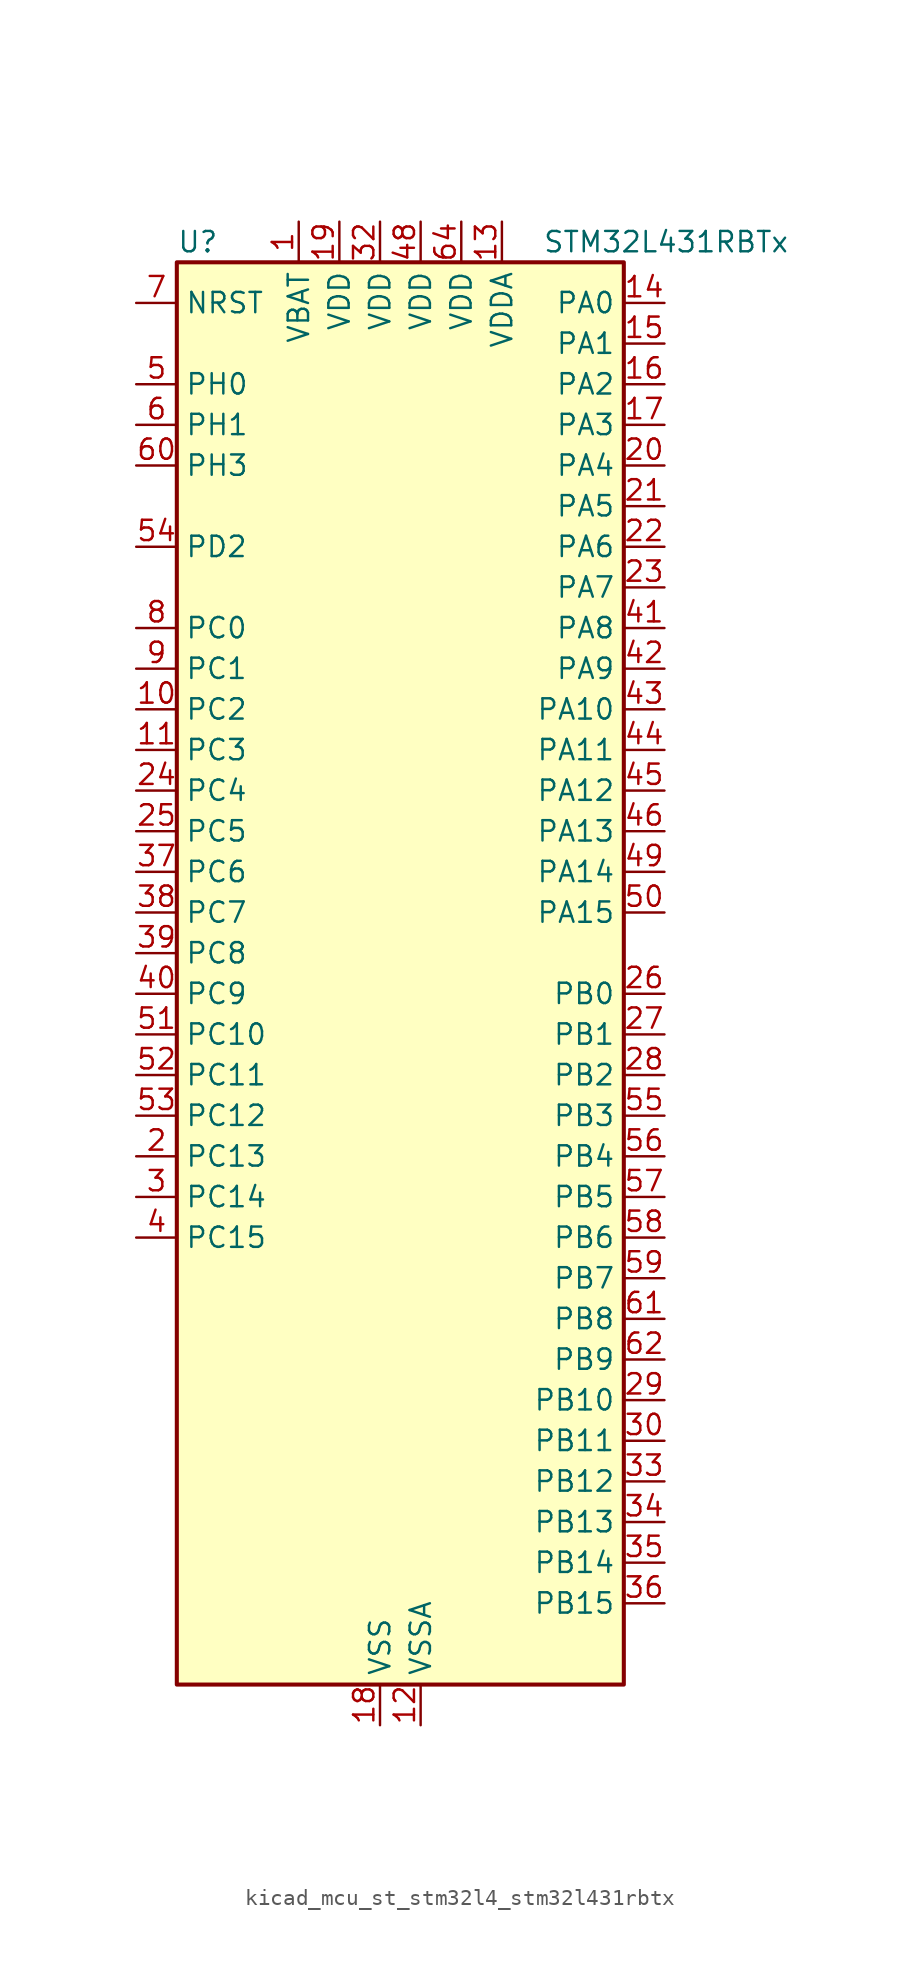
<source format=kicad_sym>
(kicad_symbol_lib
  (version 20220914)
  (generator kicad_symbol_editor)
  (symbol "kicad_mcu_st_stm32l4_stm32l431rbtx"
    (property "Reference" "U"
      (at -12.7 46.99 0)
      (effects (font (size 1.27 1.27)) (justify left)))
    (property "Value" "STM32L431RBTx"
      (at 10.16 46.99 0)
      (effects (font (size 1.27 1.27)) (justify left)))
    (property "ki_locked" ""
      (at 0 0 0)
      (effects (font (size 1.27 1.27))))
    (symbol "kicad_mcu_st_stm32l4_stm32l431rbtx_0_1"
      (rectangle (start -12.7 -43.18) (end 15.24 45.72) (stroke (width 0.254) (type default)) (fill (type background))))
    (symbol "kicad_mcu_st_stm32l4_stm32l431rbtx_1_1"
      (pin power_in line (at -5.08 48.26 270) (length 2.54) (name "VBAT" (effects (font (size 1.27 1.27)))) (number "1" (effects (font (size 1.27 1.27)))))
      (pin bidirectional line (at -15.24 17.78 0) (length 2.54) (name "PC2" (effects (font (size 1.27 1.27)))) (number "10" (effects (font (size 1.27 1.27)))) (alternate "ADC1_IN3" bidirectional line) (alternate "LPTIM1_IN2" bidirectional line) (alternate "SPI2_MISO" bidirectional line))
      (pin bidirectional line (at -15.24 15.24 0) (length 2.54) (name "PC3" (effects (font (size 1.27 1.27)))) (number "11" (effects (font (size 1.27 1.27)))) (alternate "ADC1_IN4" bidirectional line) (alternate "LPTIM1_ETR" bidirectional line) (alternate "LPTIM2_ETR" bidirectional line) (alternate "SAI1_SD_A" bidirectional line) (alternate "SPI2_MOSI" bidirectional line))
      (pin power_in line (at 2.54 -45.72 90) (length 2.54) (name "VSSA" (effects (font (size 1.27 1.27)))) (number "12" (effects (font (size 1.27 1.27)))))
      (pin power_in line (at 7.62 48.26 270) (length 2.54) (name "VDDA" (effects (font (size 1.27 1.27)))) (number "13" (effects (font (size 1.27 1.27)))))
      (pin bidirectional line (at 17.78 43.18 180) (length 2.54) (name "PA0" (effects (font (size 1.27 1.27)))) (number "14" (effects (font (size 1.27 1.27)))) (alternate "ADC1_IN5" bidirectional line) (alternate "COMP1_INM" bidirectional line) (alternate "COMP1_OUT" bidirectional line) (alternate "OPAMP1_VINP" bidirectional line) (alternate "RTC_TAMP2" bidirectional line) (alternate "SAI1_EXTCLK" bidirectional line) (alternate "SYS_WKUP1" bidirectional line) (alternate "TIM2_CH1" bidirectional line) (alternate "TIM2_ETR" bidirectional line) (alternate "USART2_CTS" bidirectional line))
      (pin bidirectional line (at 17.78 40.64 180) (length 2.54) (name "PA1" (effects (font (size 1.27 1.27)))) (number "15" (effects (font (size 1.27 1.27)))) (alternate "ADC1_IN6" bidirectional line) (alternate "COMP1_INP" bidirectional line) (alternate "I2C1_SMBA" bidirectional line) (alternate "OPAMP1_VINM" bidirectional line) (alternate "SPI1_SCK" bidirectional line) (alternate "TIM15_CH1N" bidirectional line) (alternate "TIM2_CH2" bidirectional line) (alternate "USART2_DE" bidirectional line) (alternate "USART2_RTS" bidirectional line))
      (pin bidirectional line (at 17.78 38.1 180) (length 2.54) (name "PA2" (effects (font (size 1.27 1.27)))) (number "16" (effects (font (size 1.27 1.27)))) (alternate "ADC1_IN7" bidirectional line) (alternate "COMP2_INM" bidirectional line) (alternate "COMP2_OUT" bidirectional line) (alternate "LPUART1_TX" bidirectional line) (alternate "QUADSPI_BK1_NCS" bidirectional line) (alternate "RCC_LSCO" bidirectional line) (alternate "SYS_WKUP4" bidirectional line) (alternate "TIM15_CH1" bidirectional line) (alternate "TIM2_CH3" bidirectional line) (alternate "USART2_TX" bidirectional line))
      (pin bidirectional line (at 17.78 35.56 180) (length 2.54) (name "PA3" (effects (font (size 1.27 1.27)))) (number "17" (effects (font (size 1.27 1.27)))) (alternate "ADC1_IN8" bidirectional line) (alternate "COMP2_INP" bidirectional line) (alternate "LPUART1_RX" bidirectional line) (alternate "OPAMP1_VOUT" bidirectional line) (alternate "QUADSPI_CLK" bidirectional line) (alternate "SAI1_MCLK_A" bidirectional line) (alternate "TIM15_CH2" bidirectional line) (alternate "TIM2_CH4" bidirectional line) (alternate "USART2_RX" bidirectional line))
      (pin power_in line (at 0 -45.72 90) (length 2.54) (name "VSS" (effects (font (size 1.27 1.27)))) (number "18" (effects (font (size 1.27 1.27)))))
      (pin power_in line (at -2.54 48.26 270) (length 2.54) (name "VDD" (effects (font (size 1.27 1.27)))) (number "19" (effects (font (size 1.27 1.27)))))
      (pin bidirectional line (at -15.24 -10.16 0) (length 2.54) (name "PC13" (effects (font (size 1.27 1.27)))) (number "2" (effects (font (size 1.27 1.27)))) (alternate "RTC_OUT_ALARM" bidirectional line) (alternate "RTC_OUT_CALIB" bidirectional line) (alternate "RTC_TAMP1" bidirectional line) (alternate "RTC_TS" bidirectional line) (alternate "SYS_WKUP2" bidirectional line))
      (pin bidirectional line (at 17.78 33.02 180) (length 2.54) (name "PA4" (effects (font (size 1.27 1.27)))) (number "20" (effects (font (size 1.27 1.27)))) (alternate "ADC1_IN9" bidirectional line) (alternate "COMP1_INM" bidirectional line) (alternate "COMP2_INM" bidirectional line) (alternate "DAC1_OUT1" bidirectional line) (alternate "LPTIM2_OUT" bidirectional line) (alternate "SAI1_FS_B" bidirectional line) (alternate "SPI1_NSS" bidirectional line) (alternate "SPI3_NSS" bidirectional line) (alternate "USART2_CK" bidirectional line))
      (pin bidirectional line (at 17.78 30.48 180) (length 2.54) (name "PA5" (effects (font (size 1.27 1.27)))) (number "21" (effects (font (size 1.27 1.27)))) (alternate "ADC1_IN10" bidirectional line) (alternate "COMP1_INM" bidirectional line) (alternate "COMP2_INM" bidirectional line) (alternate "DAC1_OUT2" bidirectional line) (alternate "LPTIM2_ETR" bidirectional line) (alternate "SPI1_SCK" bidirectional line) (alternate "TIM2_CH1" bidirectional line) (alternate "TIM2_ETR" bidirectional line))
      (pin bidirectional line (at 17.78 27.94 180) (length 2.54) (name "PA6" (effects (font (size 1.27 1.27)))) (number "22" (effects (font (size 1.27 1.27)))) (alternate "ADC1_IN11" bidirectional line) (alternate "COMP1_OUT" bidirectional line) (alternate "LPUART1_CTS" bidirectional line) (alternate "QUADSPI_BK1_IO3" bidirectional line) (alternate "SPI1_MISO" bidirectional line) (alternate "TIM16_CH1" bidirectional line) (alternate "TIM1_BKIN" bidirectional line) (alternate "TIM1_BKIN_COMP2" bidirectional line) (alternate "USART3_CTS" bidirectional line))
      (pin bidirectional line (at 17.78 25.4 180) (length 2.54) (name "PA7" (effects (font (size 1.27 1.27)))) (number "23" (effects (font (size 1.27 1.27)))) (alternate "ADC1_IN12" bidirectional line) (alternate "COMP2_OUT" bidirectional line) (alternate "I2C3_SCL" bidirectional line) (alternate "QUADSPI_BK1_IO2" bidirectional line) (alternate "SPI1_MOSI" bidirectional line) (alternate "TIM1_CH1N" bidirectional line))
      (pin bidirectional line (at -15.24 12.7 0) (length 2.54) (name "PC4" (effects (font (size 1.27 1.27)))) (number "24" (effects (font (size 1.27 1.27)))) (alternate "ADC1_IN13" bidirectional line) (alternate "COMP1_INM" bidirectional line) (alternate "USART3_TX" bidirectional line))
      (pin bidirectional line (at -15.24 10.16 0) (length 2.54) (name "PC5" (effects (font (size 1.27 1.27)))) (number "25" (effects (font (size 1.27 1.27)))) (alternate "ADC1_IN14" bidirectional line) (alternate "COMP1_INP" bidirectional line) (alternate "SYS_WKUP5" bidirectional line) (alternate "USART3_RX" bidirectional line))
      (pin bidirectional line (at 17.78 0 180) (length 2.54) (name "PB0" (effects (font (size 1.27 1.27)))) (number "26" (effects (font (size 1.27 1.27)))) (alternate "ADC1_IN15" bidirectional line) (alternate "COMP1_OUT" bidirectional line) (alternate "QUADSPI_BK1_IO1" bidirectional line) (alternate "SAI1_EXTCLK" bidirectional line) (alternate "SPI1_NSS" bidirectional line) (alternate "TIM1_CH2N" bidirectional line) (alternate "USART3_CK" bidirectional line))
      (pin bidirectional line (at 17.78 -2.54 180) (length 2.54) (name "PB1" (effects (font (size 1.27 1.27)))) (number "27" (effects (font (size 1.27 1.27)))) (alternate "ADC1_IN16" bidirectional line) (alternate "COMP1_INM" bidirectional line) (alternate "LPTIM2_IN1" bidirectional line) (alternate "LPUART1_DE" bidirectional line) (alternate "LPUART1_RTS" bidirectional line) (alternate "QUADSPI_BK1_IO0" bidirectional line) (alternate "TIM1_CH3N" bidirectional line) (alternate "USART3_DE" bidirectional line) (alternate "USART3_RTS" bidirectional line))
      (pin bidirectional line (at 17.78 -5.08 180) (length 2.54) (name "PB2" (effects (font (size 1.27 1.27)))) (number "28" (effects (font (size 1.27 1.27)))) (alternate "COMP1_INP" bidirectional line) (alternate "I2C3_SMBA" bidirectional line) (alternate "LPTIM1_OUT" bidirectional line) (alternate "RTC_OUT_ALARM" bidirectional line) (alternate "RTC_OUT_CALIB" bidirectional line))
      (pin bidirectional line (at 17.78 -25.4 180) (length 2.54) (name "PB10" (effects (font (size 1.27 1.27)))) (number "29" (effects (font (size 1.27 1.27)))) (alternate "COMP1_OUT" bidirectional line) (alternate "I2C2_SCL" bidirectional line) (alternate "LPUART1_RX" bidirectional line) (alternate "QUADSPI_CLK" bidirectional line) (alternate "SAI1_SCK_A" bidirectional line) (alternate "SPI2_SCK" bidirectional line) (alternate "TIM2_CH3" bidirectional line) (alternate "TSC_SYNC" bidirectional line) (alternate "USART3_TX" bidirectional line))
      (pin bidirectional line (at -15.24 -12.7 0) (length 2.54) (name "PC14" (effects (font (size 1.27 1.27)))) (number "3" (effects (font (size 1.27 1.27)))) (alternate "RCC_OSC32_IN" bidirectional line))
      (pin bidirectional line (at 17.78 -27.94 180) (length 2.54) (name "PB11" (effects (font (size 1.27 1.27)))) (number "30" (effects (font (size 1.27 1.27)))) (alternate "ADC1_EXTI11" bidirectional line) (alternate "COMP2_OUT" bidirectional line) (alternate "I2C2_SDA" bidirectional line) (alternate "LPUART1_TX" bidirectional line) (alternate "QUADSPI_BK1_NCS" bidirectional line) (alternate "TIM2_CH4" bidirectional line) (alternate "USART3_RX" bidirectional line))
      (pin passive line (at 0 -45.72 90) (length 2.54) hide (name "VSS" (effects (font (size 1.27 1.27)))) (number "31" (effects (font (size 1.27 1.27)))))
      (pin power_in line (at 0 48.26 270) (length 2.54) (name "VDD" (effects (font (size 1.27 1.27)))) (number "32" (effects (font (size 1.27 1.27)))))
      (pin bidirectional line (at 17.78 -30.48 180) (length 2.54) (name "PB12" (effects (font (size 1.27 1.27)))) (number "33" (effects (font (size 1.27 1.27)))) (alternate "I2C2_SMBA" bidirectional line) (alternate "LPUART1_DE" bidirectional line) (alternate "LPUART1_RTS" bidirectional line) (alternate "SAI1_FS_A" bidirectional line) (alternate "SPI2_NSS" bidirectional line) (alternate "SWPMI1_IO" bidirectional line) (alternate "TIM15_BKIN" bidirectional line) (alternate "TIM1_BKIN" bidirectional line) (alternate "TIM1_BKIN_COMP2" bidirectional line) (alternate "TSC_G1_IO1" bidirectional line) (alternate "USART3_CK" bidirectional line))
      (pin bidirectional line (at 17.78 -33.02 180) (length 2.54) (name "PB13" (effects (font (size 1.27 1.27)))) (number "34" (effects (font (size 1.27 1.27)))) (alternate "I2C2_SCL" bidirectional line) (alternate "LPUART1_CTS" bidirectional line) (alternate "SAI1_SCK_A" bidirectional line) (alternate "SPI2_SCK" bidirectional line) (alternate "SWPMI1_TX" bidirectional line) (alternate "TIM15_CH1N" bidirectional line) (alternate "TIM1_CH1N" bidirectional line) (alternate "TSC_G1_IO2" bidirectional line) (alternate "USART3_CTS" bidirectional line))
      (pin bidirectional line (at 17.78 -35.56 180) (length 2.54) (name "PB14" (effects (font (size 1.27 1.27)))) (number "35" (effects (font (size 1.27 1.27)))) (alternate "I2C2_SDA" bidirectional line) (alternate "SAI1_MCLK_A" bidirectional line) (alternate "SPI2_MISO" bidirectional line) (alternate "SWPMI1_RX" bidirectional line) (alternate "TIM15_CH1" bidirectional line) (alternate "TIM1_CH2N" bidirectional line) (alternate "TSC_G1_IO3" bidirectional line) (alternate "USART3_DE" bidirectional line) (alternate "USART3_RTS" bidirectional line))
      (pin bidirectional line (at 17.78 -38.1 180) (length 2.54) (name "PB15" (effects (font (size 1.27 1.27)))) (number "36" (effects (font (size 1.27 1.27)))) (alternate "ADC1_EXTI15" bidirectional line) (alternate "RTC_REFIN" bidirectional line) (alternate "SAI1_SD_A" bidirectional line) (alternate "SPI2_MOSI" bidirectional line) (alternate "SWPMI1_SUSPEND" bidirectional line) (alternate "TIM15_CH2" bidirectional line) (alternate "TIM1_CH3N" bidirectional line) (alternate "TSC_G1_IO4" bidirectional line))
      (pin bidirectional line (at -15.24 7.62 0) (length 2.54) (name "PC6" (effects (font (size 1.27 1.27)))) (number "37" (effects (font (size 1.27 1.27)))) (alternate "SDMMC1_D6" bidirectional line) (alternate "TSC_G4_IO1" bidirectional line))
      (pin bidirectional line (at -15.24 5.08 0) (length 2.54) (name "PC7" (effects (font (size 1.27 1.27)))) (number "38" (effects (font (size 1.27 1.27)))) (alternate "SDMMC1_D7" bidirectional line) (alternate "TSC_G4_IO2" bidirectional line))
      (pin bidirectional line (at -15.24 2.54 0) (length 2.54) (name "PC8" (effects (font (size 1.27 1.27)))) (number "39" (effects (font (size 1.27 1.27)))) (alternate "SDMMC1_D0" bidirectional line) (alternate "TSC_G4_IO3" bidirectional line))
      (pin bidirectional line (at -15.24 -15.24 0) (length 2.54) (name "PC15" (effects (font (size 1.27 1.27)))) (number "4" (effects (font (size 1.27 1.27)))) (alternate "ADC1_EXTI15" bidirectional line) (alternate "RCC_OSC32_OUT" bidirectional line))
      (pin bidirectional line (at -15.24 0 0) (length 2.54) (name "PC9" (effects (font (size 1.27 1.27)))) (number "40" (effects (font (size 1.27 1.27)))) (alternate "DAC1_EXTI9" bidirectional line) (alternate "SDMMC1_D1" bidirectional line) (alternate "TSC_G4_IO4" bidirectional line))
      (pin bidirectional line (at 17.78 22.86 180) (length 2.54) (name "PA8" (effects (font (size 1.27 1.27)))) (number "41" (effects (font (size 1.27 1.27)))) (alternate "LPTIM2_OUT" bidirectional line) (alternate "RCC_MCO" bidirectional line) (alternate "SAI1_SCK_A" bidirectional line) (alternate "SWPMI1_IO" bidirectional line) (alternate "TIM1_CH1" bidirectional line) (alternate "USART1_CK" bidirectional line))
      (pin bidirectional line (at 17.78 20.32 180) (length 2.54) (name "PA9" (effects (font (size 1.27 1.27)))) (number "42" (effects (font (size 1.27 1.27)))) (alternate "DAC1_EXTI9" bidirectional line) (alternate "I2C1_SCL" bidirectional line) (alternate "SAI1_FS_A" bidirectional line) (alternate "TIM15_BKIN" bidirectional line) (alternate "TIM1_CH2" bidirectional line) (alternate "USART1_TX" bidirectional line))
      (pin bidirectional line (at 17.78 17.78 180) (length 2.54) (name "PA10" (effects (font (size 1.27 1.27)))) (number "43" (effects (font (size 1.27 1.27)))) (alternate "I2C1_SDA" bidirectional line) (alternate "SAI1_SD_A" bidirectional line) (alternate "TIM1_CH3" bidirectional line) (alternate "USART1_RX" bidirectional line))
      (pin bidirectional line (at 17.78 15.24 180) (length 2.54) (name "PA11" (effects (font (size 1.27 1.27)))) (number "44" (effects (font (size 1.27 1.27)))) (alternate "ADC1_EXTI11" bidirectional line) (alternate "CAN1_RX" bidirectional line) (alternate "COMP1_OUT" bidirectional line) (alternate "SPI1_MISO" bidirectional line) (alternate "TIM1_BKIN2" bidirectional line) (alternate "TIM1_BKIN2_COMP1" bidirectional line) (alternate "TIM1_CH4" bidirectional line) (alternate "USART1_CTS" bidirectional line))
      (pin bidirectional line (at 17.78 12.7 180) (length 2.54) (name "PA12" (effects (font (size 1.27 1.27)))) (number "45" (effects (font (size 1.27 1.27)))) (alternate "CAN1_TX" bidirectional line) (alternate "SPI1_MOSI" bidirectional line) (alternate "TIM1_ETR" bidirectional line) (alternate "USART1_DE" bidirectional line) (alternate "USART1_RTS" bidirectional line))
      (pin bidirectional line (at 17.78 10.16 180) (length 2.54) (name "PA13" (effects (font (size 1.27 1.27)))) (number "46" (effects (font (size 1.27 1.27)))) (alternate "IR_OUT" bidirectional line) (alternate "SAI1_SD_B" bidirectional line) (alternate "SWPMI1_TX" bidirectional line) (alternate "SYS_JTMS-SWDIO" bidirectional line))
      (pin passive line (at 0 -45.72 90) (length 2.54) hide (name "VSS" (effects (font (size 1.27 1.27)))) (number "47" (effects (font (size 1.27 1.27)))))
      (pin power_in line (at 2.54 48.26 270) (length 2.54) (name "VDD" (effects (font (size 1.27 1.27)))) (number "48" (effects (font (size 1.27 1.27)))))
      (pin bidirectional line (at 17.78 7.62 180) (length 2.54) (name "PA14" (effects (font (size 1.27 1.27)))) (number "49" (effects (font (size 1.27 1.27)))) (alternate "I2C1_SMBA" bidirectional line) (alternate "LPTIM1_OUT" bidirectional line) (alternate "SAI1_FS_B" bidirectional line) (alternate "SWPMI1_RX" bidirectional line) (alternate "SYS_JTCK-SWCLK" bidirectional line))
      (pin bidirectional line (at -15.24 38.1 0) (length 2.54) (name "PH0" (effects (font (size 1.27 1.27)))) (number "5" (effects (font (size 1.27 1.27)))) (alternate "RCC_OSC_IN" bidirectional line))
      (pin bidirectional line (at 17.78 5.08 180) (length 2.54) (name "PA15" (effects (font (size 1.27 1.27)))) (number "50" (effects (font (size 1.27 1.27)))) (alternate "ADC1_EXTI15" bidirectional line) (alternate "SPI1_NSS" bidirectional line) (alternate "SPI3_NSS" bidirectional line) (alternate "SWPMI1_SUSPEND" bidirectional line) (alternate "SYS_JTDI" bidirectional line) (alternate "TIM2_CH1" bidirectional line) (alternate "TIM2_ETR" bidirectional line) (alternate "TSC_G3_IO1" bidirectional line) (alternate "USART2_RX" bidirectional line) (alternate "USART3_DE" bidirectional line) (alternate "USART3_RTS" bidirectional line))
      (pin bidirectional line (at -15.24 -2.54 0) (length 2.54) (name "PC10" (effects (font (size 1.27 1.27)))) (number "51" (effects (font (size 1.27 1.27)))) (alternate "SDMMC1_D2" bidirectional line) (alternate "SPI3_SCK" bidirectional line) (alternate "TSC_G3_IO2" bidirectional line) (alternate "USART3_TX" bidirectional line))
      (pin bidirectional line (at -15.24 -5.08 0) (length 2.54) (name "PC11" (effects (font (size 1.27 1.27)))) (number "52" (effects (font (size 1.27 1.27)))) (alternate "ADC1_EXTI11" bidirectional line) (alternate "SDMMC1_D3" bidirectional line) (alternate "SPI3_MISO" bidirectional line) (alternate "TSC_G3_IO3" bidirectional line) (alternate "USART3_RX" bidirectional line))
      (pin bidirectional line (at -15.24 -7.62 0) (length 2.54) (name "PC12" (effects (font (size 1.27 1.27)))) (number "53" (effects (font (size 1.27 1.27)))) (alternate "SDMMC1_CK" bidirectional line) (alternate "SPI3_MOSI" bidirectional line) (alternate "TSC_G3_IO4" bidirectional line) (alternate "USART3_CK" bidirectional line))
      (pin bidirectional line (at -15.24 27.94 0) (length 2.54) (name "PD2" (effects (font (size 1.27 1.27)))) (number "54" (effects (font (size 1.27 1.27)))) (alternate "SDMMC1_CMD" bidirectional line) (alternate "TSC_SYNC" bidirectional line) (alternate "USART3_DE" bidirectional line) (alternate "USART3_RTS" bidirectional line))
      (pin bidirectional line (at 17.78 -7.62 180) (length 2.54) (name "PB3" (effects (font (size 1.27 1.27)))) (number "55" (effects (font (size 1.27 1.27)))) (alternate "COMP2_INM" bidirectional line) (alternate "SAI1_SCK_B" bidirectional line) (alternate "SPI1_SCK" bidirectional line) (alternate "SPI3_SCK" bidirectional line) (alternate "SYS_JTDO-SWO" bidirectional line) (alternate "TIM2_CH2" bidirectional line) (alternate "USART1_DE" bidirectional line) (alternate "USART1_RTS" bidirectional line))
      (pin bidirectional line (at 17.78 -10.16 180) (length 2.54) (name "PB4" (effects (font (size 1.27 1.27)))) (number "56" (effects (font (size 1.27 1.27)))) (alternate "COMP2_INP" bidirectional line) (alternate "I2C3_SDA" bidirectional line) (alternate "SAI1_MCLK_B" bidirectional line) (alternate "SPI1_MISO" bidirectional line) (alternate "SPI3_MISO" bidirectional line) (alternate "SYS_JTRST" bidirectional line) (alternate "TSC_G2_IO1" bidirectional line) (alternate "USART1_CTS" bidirectional line))
      (pin bidirectional line (at 17.78 -12.7 180) (length 2.54) (name "PB5" (effects (font (size 1.27 1.27)))) (number "57" (effects (font (size 1.27 1.27)))) (alternate "COMP2_OUT" bidirectional line) (alternate "I2C1_SMBA" bidirectional line) (alternate "LPTIM1_IN1" bidirectional line) (alternate "SAI1_SD_B" bidirectional line) (alternate "SPI1_MOSI" bidirectional line) (alternate "SPI3_MOSI" bidirectional line) (alternate "TIM16_BKIN" bidirectional line) (alternate "TSC_G2_IO2" bidirectional line) (alternate "USART1_CK" bidirectional line))
      (pin bidirectional line (at 17.78 -15.24 180) (length 2.54) (name "PB6" (effects (font (size 1.27 1.27)))) (number "58" (effects (font (size 1.27 1.27)))) (alternate "COMP2_INP" bidirectional line) (alternate "I2C1_SCL" bidirectional line) (alternate "LPTIM1_ETR" bidirectional line) (alternate "SAI1_FS_B" bidirectional line) (alternate "TIM16_CH1N" bidirectional line) (alternate "TSC_G2_IO3" bidirectional line) (alternate "USART1_TX" bidirectional line))
      (pin bidirectional line (at 17.78 -17.78 180) (length 2.54) (name "PB7" (effects (font (size 1.27 1.27)))) (number "59" (effects (font (size 1.27 1.27)))) (alternate "COMP2_INM" bidirectional line) (alternate "I2C1_SDA" bidirectional line) (alternate "LPTIM1_IN2" bidirectional line) (alternate "SYS_PVD_IN" bidirectional line) (alternate "TSC_G2_IO4" bidirectional line) (alternate "USART1_RX" bidirectional line))
      (pin bidirectional line (at -15.24 35.56 0) (length 2.54) (name "PH1" (effects (font (size 1.27 1.27)))) (number "6" (effects (font (size 1.27 1.27)))) (alternate "RCC_OSC_OUT" bidirectional line))
      (pin bidirectional line (at -15.24 33.02 0) (length 2.54) (name "PH3" (effects (font (size 1.27 1.27)))) (number "60" (effects (font (size 1.27 1.27)))))
      (pin bidirectional line (at 17.78 -20.32 180) (length 2.54) (name "PB8" (effects (font (size 1.27 1.27)))) (number "61" (effects (font (size 1.27 1.27)))) (alternate "CAN1_RX" bidirectional line) (alternate "I2C1_SCL" bidirectional line) (alternate "SAI1_MCLK_A" bidirectional line) (alternate "SDMMC1_D4" bidirectional line) (alternate "TIM16_CH1" bidirectional line))
      (pin bidirectional line (at 17.78 -22.86 180) (length 2.54) (name "PB9" (effects (font (size 1.27 1.27)))) (number "62" (effects (font (size 1.27 1.27)))) (alternate "CAN1_TX" bidirectional line) (alternate "DAC1_EXTI9" bidirectional line) (alternate "I2C1_SDA" bidirectional line) (alternate "IR_OUT" bidirectional line) (alternate "SAI1_FS_A" bidirectional line) (alternate "SDMMC1_D5" bidirectional line) (alternate "SPI2_NSS" bidirectional line))
      (pin passive line (at 0 -45.72 90) (length 2.54) hide (name "VSS" (effects (font (size 1.27 1.27)))) (number "63" (effects (font (size 1.27 1.27)))))
      (pin power_in line (at 5.08 48.26 270) (length 2.54) (name "VDD" (effects (font (size 1.27 1.27)))) (number "64" (effects (font (size 1.27 1.27)))))
      (pin input line (at -15.24 43.18 0) (length 2.54) (name "NRST" (effects (font (size 1.27 1.27)))) (number "7" (effects (font (size 1.27 1.27)))))
      (pin bidirectional line (at -15.24 22.86 0) (length 2.54) (name "PC0" (effects (font (size 1.27 1.27)))) (number "8" (effects (font (size 1.27 1.27)))) (alternate "ADC1_IN1" bidirectional line) (alternate "I2C3_SCL" bidirectional line) (alternate "LPTIM1_IN1" bidirectional line) (alternate "LPTIM2_IN1" bidirectional line) (alternate "LPUART1_RX" bidirectional line))
      (pin bidirectional line (at -15.24 20.32 0) (length 2.54) (name "PC1" (effects (font (size 1.27 1.27)))) (number "9" (effects (font (size 1.27 1.27)))) (alternate "ADC1_IN2" bidirectional line) (alternate "I2C3_SDA" bidirectional line) (alternate "LPTIM1_OUT" bidirectional line) (alternate "LPUART1_TX" bidirectional line)))))
</source>
